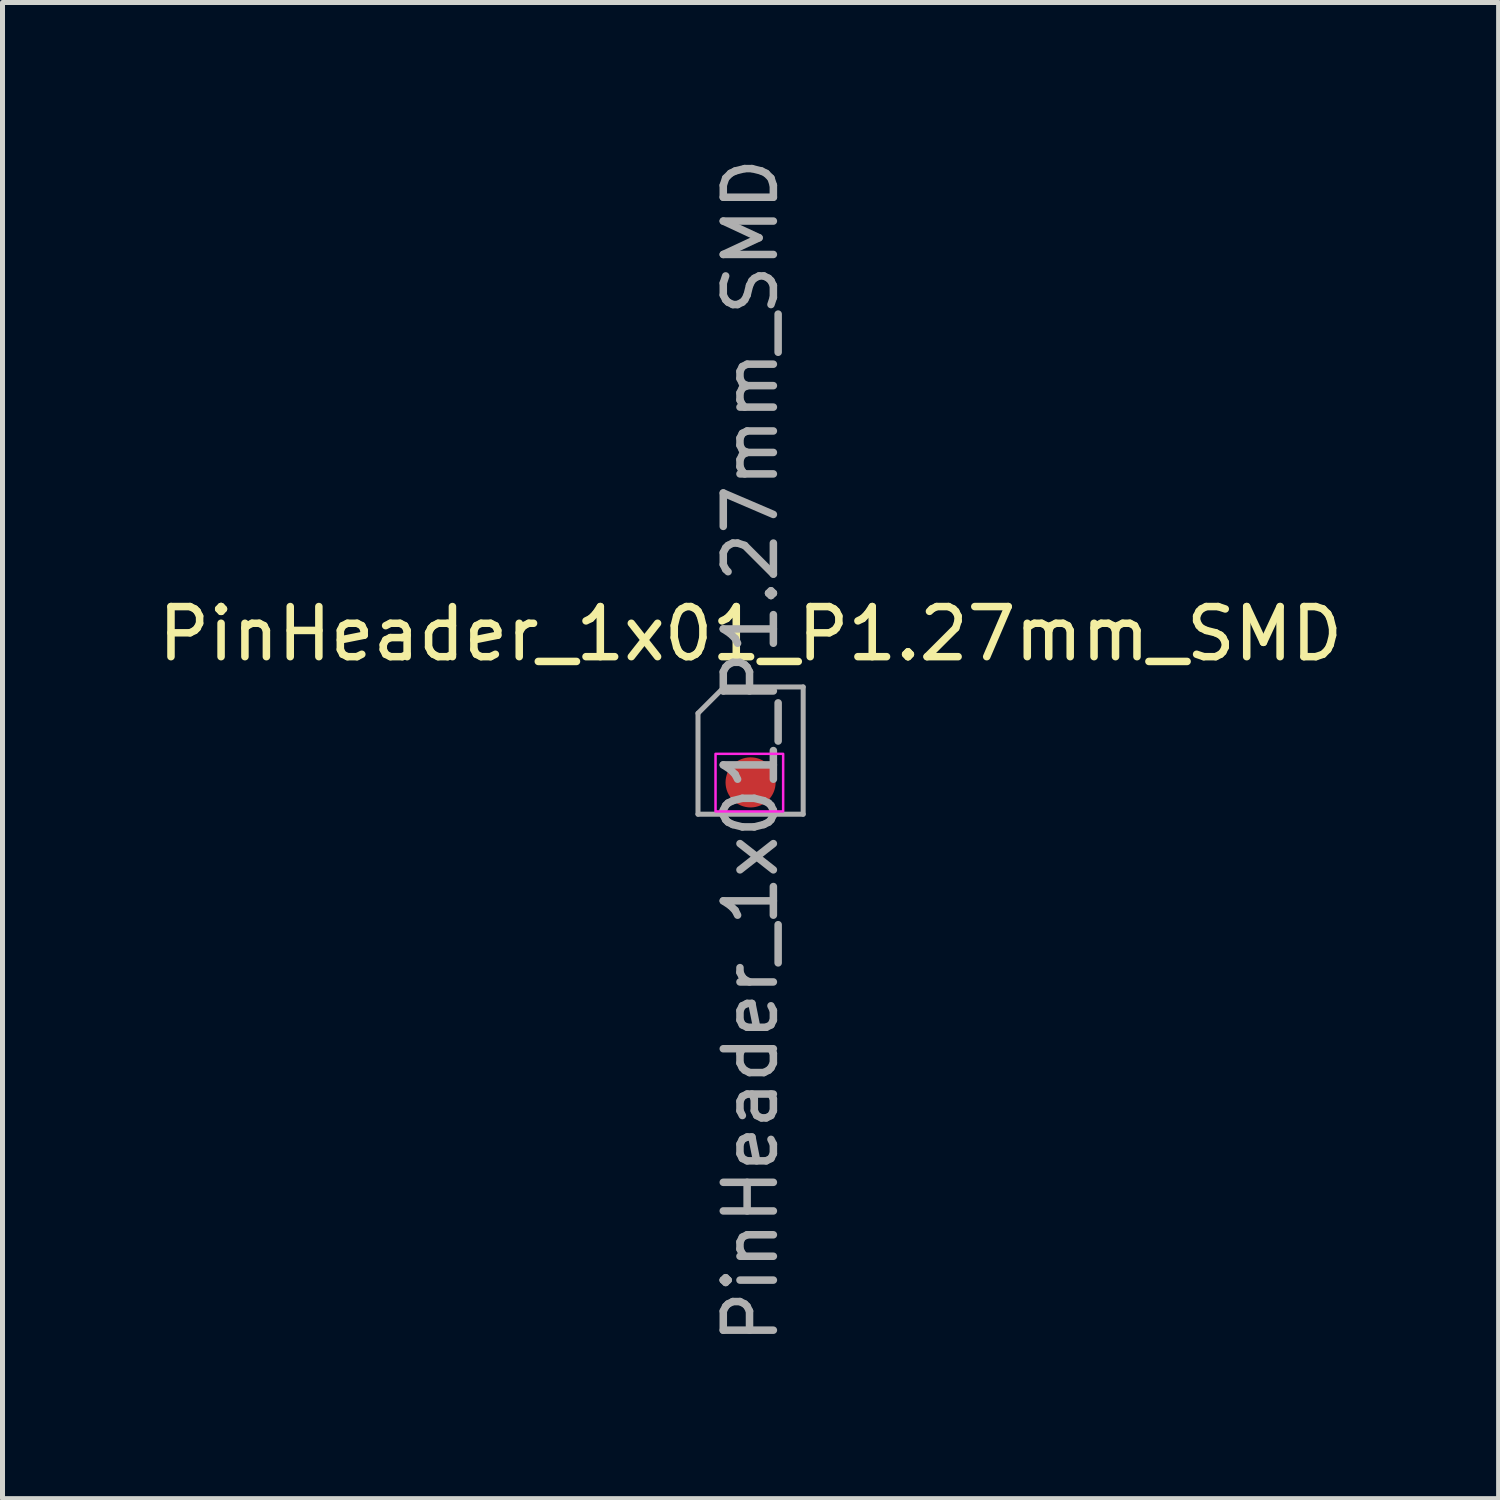
<source format=kicad_pcb>
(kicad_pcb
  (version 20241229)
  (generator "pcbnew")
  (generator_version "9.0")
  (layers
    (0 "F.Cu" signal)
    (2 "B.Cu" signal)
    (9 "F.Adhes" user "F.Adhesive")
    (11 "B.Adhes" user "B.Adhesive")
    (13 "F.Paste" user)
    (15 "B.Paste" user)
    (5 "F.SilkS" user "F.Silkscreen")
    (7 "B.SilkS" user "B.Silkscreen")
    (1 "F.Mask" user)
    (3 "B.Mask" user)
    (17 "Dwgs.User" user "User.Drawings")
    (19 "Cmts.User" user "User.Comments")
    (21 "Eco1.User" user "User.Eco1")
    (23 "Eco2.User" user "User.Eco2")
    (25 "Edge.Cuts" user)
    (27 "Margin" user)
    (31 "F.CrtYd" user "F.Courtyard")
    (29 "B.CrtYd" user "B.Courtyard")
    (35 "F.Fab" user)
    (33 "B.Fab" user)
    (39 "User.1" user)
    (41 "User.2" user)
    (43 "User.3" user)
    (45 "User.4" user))
  (footprint "PinHeader_1x01_P1.27mm_SMD"
    (layer "F.Cu")
    (at 11.935 11.3)
    (property "Reference" "PinHeader_1x01_P1.27mm_SMD" (at 0 -1.695 0) (layer "F.SilkS") (effects (font (size 1 1) (thickness 0.15))))
    (attr through_hole)
    (fp_rect (start 0.65 1.85) (end -0.7 0.7) (stroke (width 0.05) (type solid)) (fill no) (layer "F.CrtYd"))
    (fp_line (start -1.05 -0.11) (end -0.525 -0.635) (stroke (width 0.1) (type solid)) (layer "F.Fab"))
    (fp_line (start -1.05 1.905) (end -1.05 -0.11) (stroke (width 0.1) (type solid)) (layer "F.Fab"))
    (fp_line (start -0.525 -0.635) (end 1.05 -0.635) (stroke (width 0.1) (type solid)) (layer "F.Fab"))
    (fp_line (start 1.05 -0.635) (end 1.05 1.905) (stroke (width 0.1) (type solid)) (layer "F.Fab"))
    (fp_line (start 1.05 1.905) (end -1.05 1.905) (stroke (width 0.1) (type solid)) (layer "F.Fab"))
    (fp_text user "${REFERENCE}" (at 0 0.635 90) (layer "F.Fab") (effects (font (size 1 1) (thickness 0.15))))
    (pad "1" smd oval (at 0 1.27) (size 1 1) (layers "F.Cu" "F.Mask" "F.Paste")))
  (gr_rect
    (start -3 -3)
    (end 26.869 26.869)
    (stroke (width 0.1) (type default))
    (fill no)
    (layer "Edge.Cuts")))
</source>
